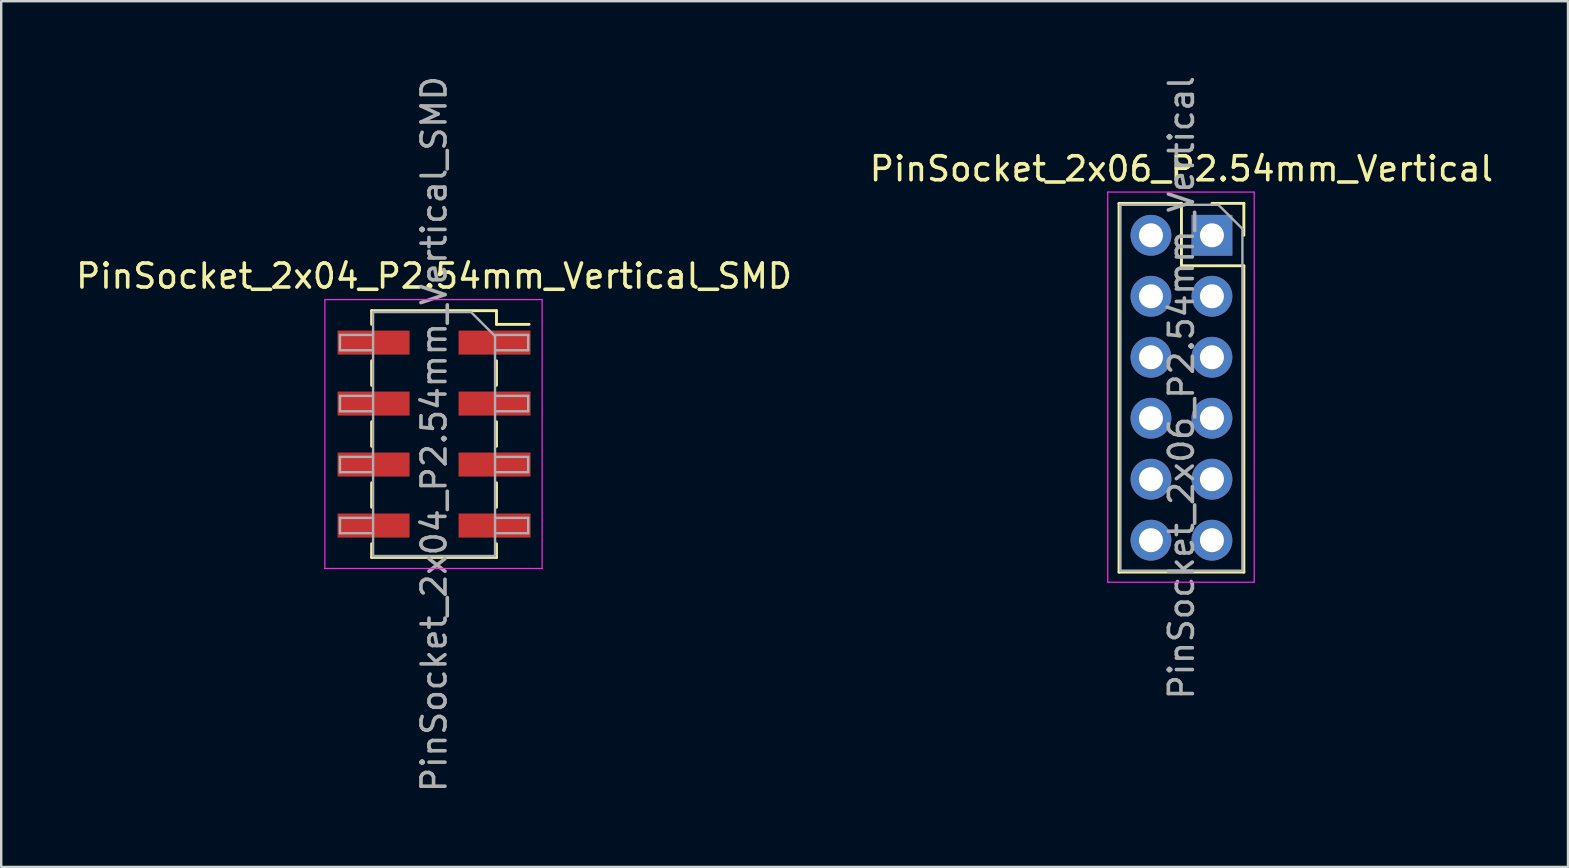
<source format=kicad_pcb>
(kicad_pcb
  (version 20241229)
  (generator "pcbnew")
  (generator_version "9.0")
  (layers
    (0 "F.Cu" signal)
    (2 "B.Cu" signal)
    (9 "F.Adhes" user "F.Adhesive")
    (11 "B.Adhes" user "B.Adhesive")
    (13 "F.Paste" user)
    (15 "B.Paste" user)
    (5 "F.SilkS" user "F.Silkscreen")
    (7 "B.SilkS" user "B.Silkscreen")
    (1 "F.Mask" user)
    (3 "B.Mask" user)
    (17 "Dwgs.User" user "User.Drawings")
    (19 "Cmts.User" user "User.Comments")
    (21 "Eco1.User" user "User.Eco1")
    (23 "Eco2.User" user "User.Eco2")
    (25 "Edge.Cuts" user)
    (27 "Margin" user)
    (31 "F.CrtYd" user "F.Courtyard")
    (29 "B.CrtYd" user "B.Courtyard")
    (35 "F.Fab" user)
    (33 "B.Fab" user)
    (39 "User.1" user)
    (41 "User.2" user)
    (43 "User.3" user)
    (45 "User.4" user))
  (footprint "PinSocket_2x06_P2.54mm_Vertical"
    (layer "F.Cu")
    (at 47.431 6.751)
    (property "Reference" "PinSocket_2x06_P2.54mm_Vertical" (at -1.27 -2.77 0) (layer "F.SilkS") (effects (font (size 1 1) (thickness 0.15))))
    (attr through_hole)
    (fp_line (start -3.87 -1.33) (end -3.87 14.03) (stroke (width 0.12) (type solid)) (layer "F.SilkS"))
    (fp_line (start -3.87 -1.33) (end -1.27 -1.33) (stroke (width 0.12) (type solid)) (layer "F.SilkS"))
    (fp_line (start -3.87 14.03) (end 1.33 14.03) (stroke (width 0.12) (type solid)) (layer "F.SilkS"))
    (fp_line (start -1.27 -1.33) (end -1.27 1.27) (stroke (width 0.12) (type solid)) (layer "F.SilkS"))
    (fp_line (start -1.27 1.27) (end 1.33 1.27) (stroke (width 0.12) (type solid)) (layer "F.SilkS"))
    (fp_line (start 0 -1.33) (end 1.33 -1.33) (stroke (width 0.12) (type solid)) (layer "F.SilkS"))
    (fp_line (start 1.33 -1.33) (end 1.33 0) (stroke (width 0.12) (type solid)) (layer "F.SilkS"))
    (fp_line (start 1.33 1.27) (end 1.33 14.03) (stroke (width 0.12) (type solid)) (layer "F.SilkS"))
    (fp_line (start -4.34 -1.8) (end 1.76 -1.8) (stroke (width 0.05) (type solid)) (layer "F.CrtYd"))
    (fp_line (start -4.34 14.45) (end -4.34 -1.8) (stroke (width 0.05) (type solid)) (layer "F.CrtYd"))
    (fp_line (start 1.76 -1.8) (end 1.76 14.45) (stroke (width 0.05) (type solid)) (layer "F.CrtYd"))
    (fp_line (start 1.76 14.45) (end -4.34 14.45) (stroke (width 0.05) (type solid)) (layer "F.CrtYd"))
    (fp_line (start -3.81 -1.27) (end 0.27 -1.27) (stroke (width 0.1) (type solid)) (layer "F.Fab"))
    (fp_line (start -3.81 13.97) (end -3.81 -1.27) (stroke (width 0.1) (type solid)) (layer "F.Fab"))
    (fp_line (start 0.27 -1.27) (end 1.27 -0.27) (stroke (width 0.1) (type solid)) (layer "F.Fab"))
    (fp_line (start 1.27 -0.27) (end 1.27 13.97) (stroke (width 0.1) (type solid)) (layer "F.Fab"))
    (fp_line (start 1.27 13.97) (end -3.81 13.97) (stroke (width 0.1) (type solid)) (layer "F.Fab"))
    (fp_text user "${REFERENCE}" (at -1.27 6.35 90) (layer "F.Fab") (effects (font (size 1 1) (thickness 0.15))))
    (pad "1" thru_hole rect (at 0 0) (size 1.7 1.7) (drill 1) (layers "*.Cu" "*.Mask"))
    (pad "2" thru_hole oval (at -2.54 0) (size 1.7 1.7) (drill 1) (layers "*.Cu" "*.Mask"))
    (pad "3" thru_hole oval (at 0 2.54) (size 1.7 1.7) (drill 1) (layers "*.Cu" "*.Mask"))
    (pad "4" thru_hole oval (at -2.54 2.54) (size 1.7 1.7) (drill 1) (layers "*.Cu" "*.Mask"))
    (pad "5" thru_hole oval (at 0 5.08) (size 1.7 1.7) (drill 1) (layers "*.Cu" "*.Mask"))
    (pad "6" thru_hole oval (at -2.54 5.08) (size 1.7 1.7) (drill 1) (layers "*.Cu" "*.Mask"))
    (pad "7" thru_hole oval (at 0 7.62) (size 1.7 1.7) (drill 1) (layers "*.Cu" "*.Mask"))
    (pad "8" thru_hole oval (at -2.54 7.62) (size 1.7 1.7) (drill 1) (layers "*.Cu" "*.Mask"))
    (pad "9" thru_hole oval (at 0 10.16) (size 1.7 1.7) (drill 1) (layers "*.Cu" "*.Mask"))
    (pad "10" thru_hole oval (at -2.54 10.16) (size 1.7 1.7) (drill 1) (layers "*.Cu" "*.Mask"))
    (pad "11" thru_hole oval (at 0 12.7) (size 1.7 1.7) (drill 1) (layers "*.Cu" "*.Mask"))
    (pad "12" thru_hole oval (at -2.54 12.7) (size 1.7 1.7) (drill 1) (layers "*.Cu" "*.Mask")))
  (footprint "PinSocket_2x04_P2.54mm_Vertical_SMD"
    (layer "F.Cu")
    (at 15.03 15.03)
    (property "Reference" "PinSocket_2x04_P2.54mm_Vertical_SMD" (at 0 -6.58 0) (layer "F.SilkS") (effects (font (size 1 1) (thickness 0.15))))
    (attr smd)
    (fp_line (start -2.6 -5.14) (end -2.6 -4.57) (stroke (width 0.12) (type solid)) (layer "F.SilkS"))
    (fp_line (start -2.6 -5.14) (end 2.6 -5.14) (stroke (width 0.12) (type solid)) (layer "F.SilkS"))
    (fp_line (start -2.6 -3.05) (end -2.6 -2.03) (stroke (width 0.12) (type solid)) (layer "F.SilkS"))
    (fp_line (start -2.6 -0.51) (end -2.6 0.51) (stroke (width 0.12) (type solid)) (layer "F.SilkS"))
    (fp_line (start -2.6 2.03) (end -2.6 3.05) (stroke (width 0.12) (type solid)) (layer "F.SilkS"))
    (fp_line (start -2.6 4.57) (end -2.6 5.14) (stroke (width 0.12) (type solid)) (layer "F.SilkS"))
    (fp_line (start -2.6 5.14) (end 2.6 5.14) (stroke (width 0.12) (type solid)) (layer "F.SilkS"))
    (fp_line (start 2.6 -5.14) (end 2.6 -4.57) (stroke (width 0.12) (type solid)) (layer "F.SilkS"))
    (fp_line (start 2.6 -4.57) (end 3.96 -4.57) (stroke (width 0.12) (type solid)) (layer "F.SilkS"))
    (fp_line (start 2.6 -3.05) (end 2.6 -2.03) (stroke (width 0.12) (type solid)) (layer "F.SilkS"))
    (fp_line (start 2.6 -0.51) (end 2.6 0.51) (stroke (width 0.12) (type solid)) (layer "F.SilkS"))
    (fp_line (start 2.6 2.03) (end 2.6 3.05) (stroke (width 0.12) (type solid)) (layer "F.SilkS"))
    (fp_line (start 2.6 4.57) (end 2.6 5.14) (stroke (width 0.12) (type solid)) (layer "F.SilkS"))
    (fp_line (start -4.55 -5.6) (end 4.5 -5.6) (stroke (width 0.05) (type solid)) (layer "F.CrtYd"))
    (fp_line (start -4.55 5.6) (end -4.55 -5.6) (stroke (width 0.05) (type solid)) (layer "F.CrtYd"))
    (fp_line (start 4.5 -5.6) (end 4.5 5.6) (stroke (width 0.05) (type solid)) (layer "F.CrtYd"))
    (fp_line (start 4.5 5.6) (end -4.55 5.6) (stroke (width 0.05) (type solid)) (layer "F.CrtYd"))
    (fp_line (start -3.92 -4.13) (end -2.54 -4.13) (stroke (width 0.1) (type solid)) (layer "F.Fab"))
    (fp_line (start -3.92 -3.49) (end -3.92 -4.13) (stroke (width 0.1) (type solid)) (layer "F.Fab"))
    (fp_line (start -3.92 -1.59) (end -2.54 -1.59) (stroke (width 0.1) (type solid)) (layer "F.Fab"))
    (fp_line (start -3.92 -0.95) (end -3.92 -1.59) (stroke (width 0.1) (type solid)) (layer "F.Fab"))
    (fp_line (start -3.92 0.95) (end -2.54 0.95) (stroke (width 0.1) (type solid)) (layer "F.Fab"))
    (fp_line (start -3.92 1.59) (end -3.92 0.95) (stroke (width 0.1) (type solid)) (layer "F.Fab"))
    (fp_line (start -3.92 3.49) (end -2.54 3.49) (stroke (width 0.1) (type solid)) (layer "F.Fab"))
    (fp_line (start -3.92 4.13) (end -3.92 3.49) (stroke (width 0.1) (type solid)) (layer "F.Fab"))
    (fp_line (start -2.54 -5.08) (end 1.54 -5.08) (stroke (width 0.1) (type solid)) (layer "F.Fab"))
    (fp_line (start -2.54 -3.49) (end -3.92 -3.49) (stroke (width 0.1) (type solid)) (layer "F.Fab"))
    (fp_line (start -2.54 -0.95) (end -3.92 -0.95) (stroke (width 0.1) (type solid)) (layer "F.Fab"))
    (fp_line (start -2.54 1.59) (end -3.92 1.59) (stroke (width 0.1) (type solid)) (layer "F.Fab"))
    (fp_line (start -2.54 4.13) (end -3.92 4.13) (stroke (width 0.1) (type solid)) (layer "F.Fab"))
    (fp_line (start -2.54 5.08) (end -2.54 -5.08) (stroke (width 0.1) (type solid)) (layer "F.Fab"))
    (fp_line (start 1.54 -5.08) (end 2.54 -4.08) (stroke (width 0.1) (type solid)) (layer "F.Fab"))
    (fp_line (start 2.54 -4.13) (end 3.92 -4.13) (stroke (width 0.1) (type solid)) (layer "F.Fab"))
    (fp_line (start 2.54 -4.08) (end 2.54 5.08) (stroke (width 0.1) (type solid)) (layer "F.Fab"))
    (fp_line (start 2.54 -1.59) (end 3.92 -1.59) (stroke (width 0.1) (type solid)) (layer "F.Fab"))
    (fp_line (start 2.54 0.95) (end 3.92 0.95) (stroke (width 0.1) (type solid)) (layer "F.Fab"))
    (fp_line (start 2.54 3.49) (end 3.92 3.49) (stroke (width 0.1) (type solid)) (layer "F.Fab"))
    (fp_line (start 2.54 5.08) (end -2.54 5.08) (stroke (width 0.1) (type solid)) (layer "F.Fab"))
    (fp_line (start 3.92 -4.13) (end 3.92 -3.49) (stroke (width 0.1) (type solid)) (layer "F.Fab"))
    (fp_line (start 3.92 -3.49) (end 2.54 -3.49) (stroke (width 0.1) (type solid)) (layer "F.Fab"))
    (fp_line (start 3.92 -1.59) (end 3.92 -0.95) (stroke (width 0.1) (type solid)) (layer "F.Fab"))
    (fp_line (start 3.92 -0.95) (end 2.54 -0.95) (stroke (width 0.1) (type solid)) (layer "F.Fab"))
    (fp_line (start 3.92 0.95) (end 3.92 1.59) (stroke (width 0.1) (type solid)) (layer "F.Fab"))
    (fp_line (start 3.92 1.59) (end 2.54 1.59) (stroke (width 0.1) (type solid)) (layer "F.Fab"))
    (fp_line (start 3.92 3.49) (end 3.92 4.13) (stroke (width 0.1) (type solid)) (layer "F.Fab"))
    (fp_line (start 3.92 4.13) (end 2.54 4.13) (stroke (width 0.1) (type solid)) (layer "F.Fab"))
    (fp_text user "${REFERENCE}" (at 0 0 90) (layer "F.Fab") (effects (font (size 1 1) (thickness 0.15))))
    (pad "1" smd rect (at 2.52 -3.81) (size 3 1) (layers "F.Cu" "F.Mask" "F.Paste"))
    (pad "2" smd rect (at -2.52 -3.81) (size 3 1) (layers "F.Cu" "F.Mask" "F.Paste"))
    (pad "3" smd rect (at 2.52 -1.27) (size 3 1) (layers "F.Cu" "F.Mask" "F.Paste"))
    (pad "4" smd rect (at -2.52 -1.27) (size 3 1) (layers "F.Cu" "F.Mask" "F.Paste"))
    (pad "5" smd rect (at 2.52 1.27) (size 3 1) (layers "F.Cu" "F.Mask" "F.Paste"))
    (pad "6" smd rect (at -2.52 1.27) (size 3 1) (layers "F.Cu" "F.Mask" "F.Paste"))
    (pad "7" smd rect (at 2.52 3.81) (size 3 1) (layers "F.Cu" "F.Mask" "F.Paste"))
    (pad "8" smd rect (at -2.52 3.81) (size 3 1) (layers "F.Cu" "F.Mask" "F.Paste")))
  (gr_rect
    (start -3 -3)
    (end 62.262 33.06)
    (stroke (width 0.1) (type default))
    (fill no)
    (layer "Edge.Cuts")))
</source>
